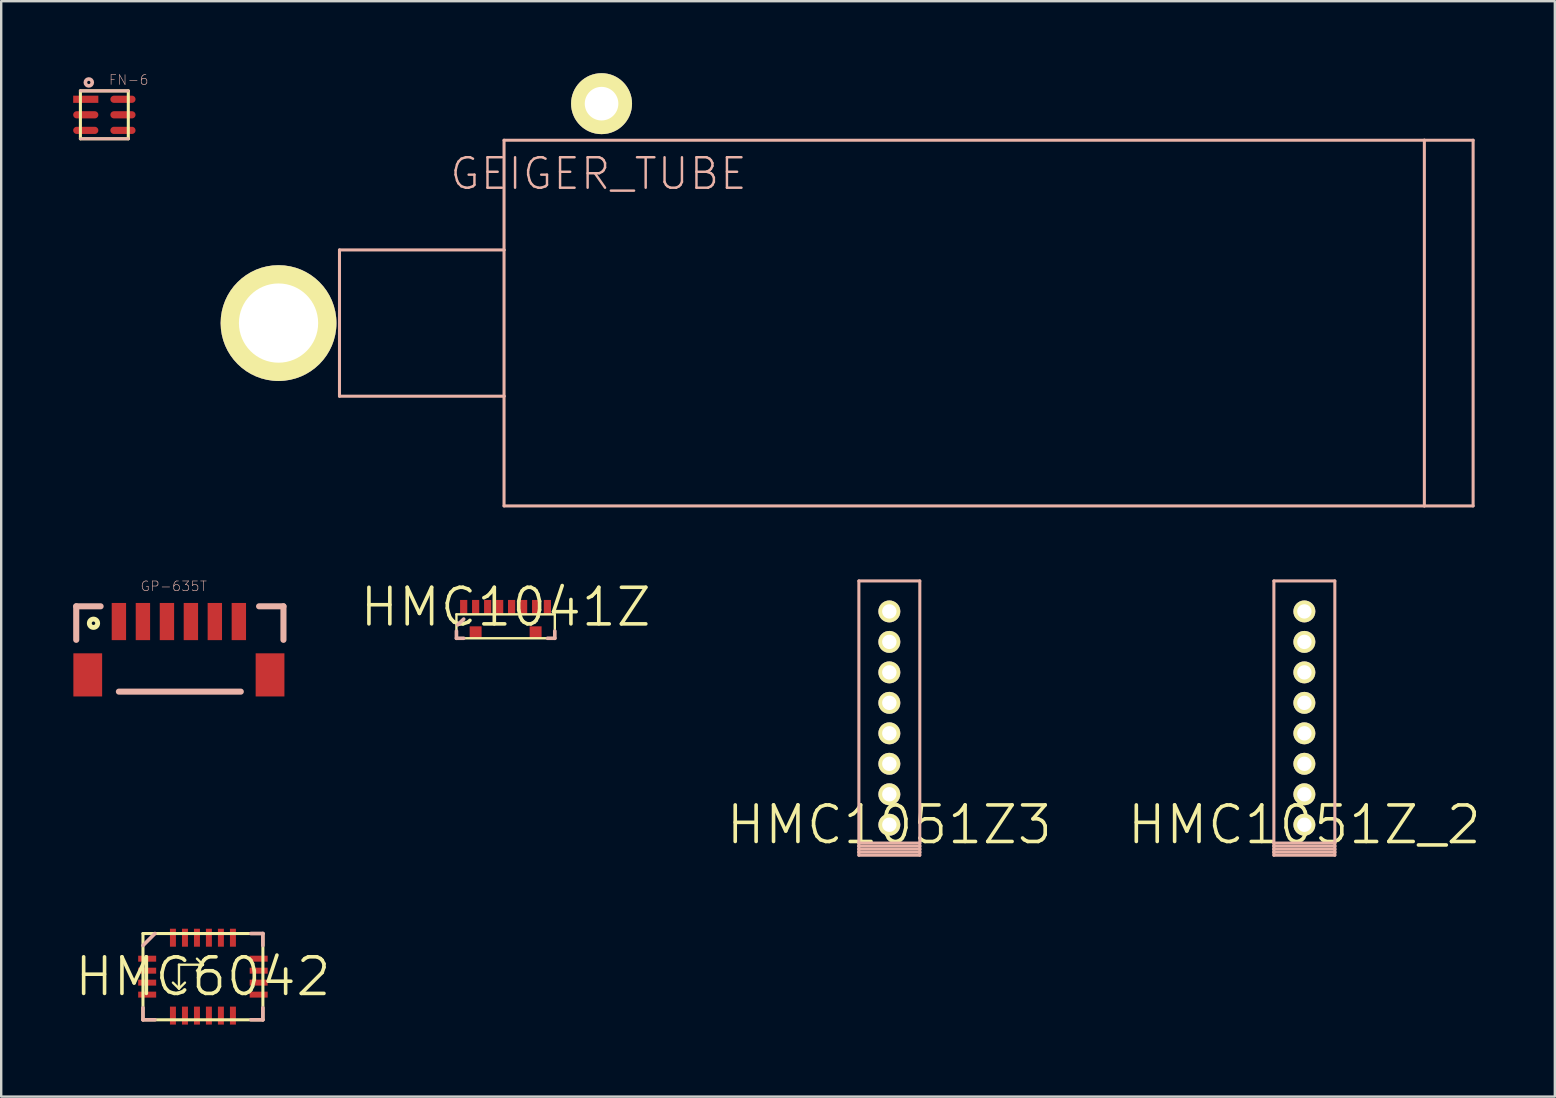
<source format=kicad_pcb>
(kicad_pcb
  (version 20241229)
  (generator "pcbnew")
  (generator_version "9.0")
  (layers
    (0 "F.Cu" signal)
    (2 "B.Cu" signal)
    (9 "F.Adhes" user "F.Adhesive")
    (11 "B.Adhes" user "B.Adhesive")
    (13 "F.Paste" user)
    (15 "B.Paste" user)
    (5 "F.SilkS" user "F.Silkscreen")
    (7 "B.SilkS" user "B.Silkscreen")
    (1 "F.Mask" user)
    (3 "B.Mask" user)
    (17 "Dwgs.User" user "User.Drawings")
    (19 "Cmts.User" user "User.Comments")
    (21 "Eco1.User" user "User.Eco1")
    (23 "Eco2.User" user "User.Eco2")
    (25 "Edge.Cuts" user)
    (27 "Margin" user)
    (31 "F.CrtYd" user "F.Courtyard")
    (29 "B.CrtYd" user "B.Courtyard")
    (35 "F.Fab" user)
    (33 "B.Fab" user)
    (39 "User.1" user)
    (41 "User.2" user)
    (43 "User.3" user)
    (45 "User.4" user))
  (footprint "FN-6"
    (layer "F.Cu")
    (at 1.299 1.735)
    (property "Reference" "FN-6" (at 1.016 -1.453 0) (layer "B.SilkS") (effects (font (size 0.406 0.406) (thickness 0.025))))
    (attr smd)
    (fp_line (start -0.998 -0.998) (end -0.998 0.998) (stroke (width 0.127) (type solid)) (layer "F.SilkS"))
    (fp_line (start -0.998 0.998) (end 0.998 0.998) (stroke (width 0.127) (type solid)) (layer "F.SilkS"))
    (fp_line (start 0.998 -0.998) (end -0.998 -0.998) (stroke (width 0.127) (type solid)) (layer "F.SilkS"))
    (fp_line (start 0.998 0.998) (end 0.998 -0.998) (stroke (width 0.127) (type solid)) (layer "F.SilkS"))
    (fp_line (start -0.998 -0.998) (end 0.998 -0.998) (stroke (width 0.127) (type solid)) (layer "B.SilkS"))
    (fp_line (start -0.998 0.998) (end 0.998 0.998) (stroke (width 0.127) (type solid)) (layer "B.SilkS"))
    (fp_circle (center -0.648 -1.349) (end -0.696 -1.397) (stroke (width 0.152) (type solid)) (fill no) (layer "B.SilkS"))
    (pad "1" smd rect (at -0.775 -0.648 180) (size 1.049 0.3) (layers "F.Cu" "F.Mask" "F.Paste"))
    (pad "2" smd oval (at -0.775 0) (size 1.049 0.3) (layers "F.Cu" "F.Mask" "F.Paste"))
    (pad "3" smd oval (at -0.775 0.648) (size 1.049 0.3) (layers "F.Cu" "F.Mask" "F.Paste"))
    (pad "4" smd oval (at 0.775 0.648) (size 1.049 0.3) (layers "F.Cu" "F.Mask" "F.Paste"))
    (pad "5" smd oval (at 0.775 0) (size 1.049 0.3) (layers "F.Cu" "F.Mask" "F.Paste"))
    (pad "6" smd oval (at 0.775 -0.648) (size 1.049 0.3) (layers "F.Cu" "F.Mask" "F.Paste")))
  (footprint "HMC1051Z_2"
    (layer "F.Cu")
    (at 51.309 31.321)
    (property "Reference" "HMC1051Z_2" (at 0 0 0) (layer "F.SilkS") (effects (font (size 1.524 1.524) (thickness 0.15))))
    (attr exclude_from_pos_files exclude_from_bom)
    (fp_line (start -1.27 -10.16) (end -1.27 0.762) (stroke (width 0.127) (type solid)) (layer "B.SilkS"))
    (fp_line (start -1.27 0.762) (end -1.27 0.889) (stroke (width 0.127) (type solid)) (layer "B.SilkS"))
    (fp_line (start -1.27 0.889) (end 1.27 0.889) (stroke (width 0.127) (type solid)) (layer "B.SilkS"))
    (fp_line (start -1.27 1.016) (end -1.27 0.889) (stroke (width 0.127) (type solid)) (layer "B.SilkS"))
    (fp_line (start -1.27 1.016) (end -1.27 1.143) (stroke (width 0.127) (type solid)) (layer "B.SilkS"))
    (fp_line (start -1.27 1.143) (end -1.27 1.27) (stroke (width 0.127) (type solid)) (layer "B.SilkS"))
    (fp_line (start -1.27 1.143) (end 1.27 1.143) (stroke (width 0.127) (type solid)) (layer "B.SilkS"))
    (fp_line (start -1.27 1.27) (end 1.27 1.27) (stroke (width 0.127) (type solid)) (layer "B.SilkS"))
    (fp_line (start 1.27 -10.16) (end -1.27 -10.16) (stroke (width 0.127) (type solid)) (layer "B.SilkS"))
    (fp_line (start 1.27 0.762) (end -1.27 0.762) (stroke (width 0.127) (type solid)) (layer "B.SilkS"))
    (fp_line (start 1.27 0.762) (end 1.27 -10.16) (stroke (width 0.127) (type solid)) (layer "B.SilkS"))
    (fp_line (start 1.27 0.889) (end 1.27 0.762) (stroke (width 0.127) (type solid)) (layer "B.SilkS"))
    (fp_line (start 1.27 1.016) (end -1.27 1.016) (stroke (width 0.127) (type solid)) (layer "B.SilkS"))
    (fp_line (start 1.27 1.016) (end 1.27 0.889) (stroke (width 0.127) (type solid)) (layer "B.SilkS"))
    (fp_line (start 1.27 1.143) (end 1.27 1.016) (stroke (width 0.127) (type solid)) (layer "B.SilkS"))
    (fp_line (start 1.27 1.27) (end 1.27 1.143) (stroke (width 0.127) (type solid)) (layer "B.SilkS"))
    (pad "1" thru_hole circle (at 0 0) (size 0.914 0.914) (drill 0.599) (layers "*.Cu" "F.Mask" "F.SilkS" "F.Paste"))
    (pad "2" thru_hole circle (at 0 -1.27) (size 0.914 0.914) (drill 0.599) (layers "*.Cu" "F.Mask" "F.SilkS" "F.Paste"))
    (pad "3" thru_hole circle (at 0 -2.54) (size 0.914 0.914) (drill 0.599) (layers "*.Cu" "F.Mask" "F.SilkS" "F.Paste"))
    (pad "4" thru_hole circle (at 0 -3.81) (size 0.914 0.914) (drill 0.599) (layers "*.Cu" "F.Mask" "F.SilkS" "F.Paste"))
    (pad "5" thru_hole circle (at 0 -5.08) (size 0.914 0.914) (drill 0.599) (layers "*.Cu" "F.Mask" "F.SilkS" "F.Paste"))
    (pad "6" thru_hole circle (at 0 -6.35) (size 0.914 0.914) (drill 0.599) (layers "*.Cu" "F.Mask" "F.SilkS" "F.Paste"))
    (pad "7" thru_hole circle (at 0 -7.62) (size 0.914 0.914) (drill 0.599) (layers "*.Cu" "F.Mask" "F.SilkS" "F.Paste"))
    (pad "8" thru_hole circle (at 0 -8.89) (size 0.914 0.914) (drill 0.599) (layers "*.Cu" "F.Mask" "F.SilkS" "F.Paste")))
  (footprint "HMC1051Z3"
    (layer "F.Cu")
    (at 34.013 31.321)
    (property "Reference" "HMC1051Z3" (at 0 0 0) (layer "F.SilkS") (effects (font (size 1.524 1.524) (thickness 0.15))))
    (attr exclude_from_pos_files exclude_from_bom)
    (fp_line (start -1.27 -10.16) (end -1.27 0.762) (stroke (width 0.127) (type solid)) (layer "B.SilkS"))
    (fp_line (start -1.27 0.762) (end -1.27 0.889) (stroke (width 0.127) (type solid)) (layer "B.SilkS"))
    (fp_line (start -1.27 0.889) (end 1.27 0.889) (stroke (width 0.127) (type solid)) (layer "B.SilkS"))
    (fp_line (start -1.27 1.016) (end -1.27 0.889) (stroke (width 0.127) (type solid)) (layer "B.SilkS"))
    (fp_line (start -1.27 1.016) (end -1.27 1.143) (stroke (width 0.127) (type solid)) (layer "B.SilkS"))
    (fp_line (start -1.27 1.143) (end -1.27 1.27) (stroke (width 0.127) (type solid)) (layer "B.SilkS"))
    (fp_line (start -1.27 1.143) (end 1.27 1.143) (stroke (width 0.127) (type solid)) (layer "B.SilkS"))
    (fp_line (start -1.27 1.27) (end 1.27 1.27) (stroke (width 0.127) (type solid)) (layer "B.SilkS"))
    (fp_line (start 1.27 -10.16) (end -1.27 -10.16) (stroke (width 0.127) (type solid)) (layer "B.SilkS"))
    (fp_line (start 1.27 0.762) (end -1.27 0.762) (stroke (width 0.127) (type solid)) (layer "B.SilkS"))
    (fp_line (start 1.27 0.762) (end 1.27 -10.16) (stroke (width 0.127) (type solid)) (layer "B.SilkS"))
    (fp_line (start 1.27 0.889) (end 1.27 0.762) (stroke (width 0.127) (type solid)) (layer "B.SilkS"))
    (fp_line (start 1.27 1.016) (end -1.27 1.016) (stroke (width 0.127) (type solid)) (layer "B.SilkS"))
    (fp_line (start 1.27 1.016) (end 1.27 0.889) (stroke (width 0.127) (type solid)) (layer "B.SilkS"))
    (fp_line (start 1.27 1.143) (end 1.27 1.016) (stroke (width 0.127) (type solid)) (layer "B.SilkS"))
    (fp_line (start 1.27 1.27) (end 1.27 1.143) (stroke (width 0.127) (type solid)) (layer "B.SilkS"))
    (pad "1" thru_hole circle (at 0 0) (size 0.914 0.914) (drill 0.599) (layers "*.Cu" "F.Mask" "F.SilkS" "F.Paste"))
    (pad "2" thru_hole circle (at 0 -1.27) (size 0.914 0.914) (drill 0.599) (layers "*.Cu" "F.Mask" "F.SilkS" "F.Paste"))
    (pad "3" thru_hole circle (at 0 -2.54) (size 0.914 0.914) (drill 0.599) (layers "*.Cu" "F.Mask" "F.SilkS" "F.Paste"))
    (pad "4" thru_hole circle (at 0 -3.81) (size 0.914 0.914) (drill 0.599) (layers "*.Cu" "F.Mask" "F.SilkS" "F.Paste"))
    (pad "5" thru_hole circle (at 0 -5.08) (size 0.914 0.914) (drill 0.599) (layers "*.Cu" "F.Mask" "F.SilkS" "F.Paste"))
    (pad "6" thru_hole circle (at 0 -6.35) (size 0.914 0.914) (drill 0.599) (layers "*.Cu" "F.Mask" "F.SilkS" "F.Paste"))
    (pad "7" thru_hole circle (at 0 -7.62) (size 0.914 0.914) (drill 0.599) (layers "*.Cu" "F.Mask" "F.SilkS" "F.Paste"))
    (pad "8" thru_hole circle (at 0 -8.89) (size 0.914 0.914) (drill 0.599) (layers "*.Cu" "F.Mask" "F.SilkS" "F.Paste")))
  (footprint "HMC1041Z"
    (layer "F.Cu")
    (at 18.022 22.252)
    (property "Reference" "HMC1041Z" (at 0 0 0) (layer "F.SilkS") (effects (font (size 1.524 1.524) (thickness 0.15))))
    (attr smd)
    (fp_line (start -2.05 0.3) (end 2.05 0.3) (stroke (width 0.099) (type solid)) (layer "F.SilkS"))
    (fp_line (start -2.05 1.298) (end -2.05 0.3) (stroke (width 0.099) (type solid)) (layer "F.SilkS"))
    (fp_line (start 2.05 0.3) (end 2.05 1.298) (stroke (width 0.099) (type solid)) (layer "F.SilkS"))
    (fp_line (start 2.05 1.298) (end -2.05 1.298) (stroke (width 0.099) (type solid)) (layer "F.SilkS"))
    (fp_line (start -2.05 1.298) (end -2.05 0.998) (stroke (width 0.152) (type solid)) (layer "B.SilkS"))
    (fp_line (start -2.05 1.298) (end -1.748 1.298) (stroke (width 0.152) (type solid)) (layer "B.SilkS"))
    (fp_line (start -1.748 0.498) (end -1.999 0.739) (stroke (width 0.152) (type solid)) (layer "B.SilkS"))
    (fp_line (start 1.748 1.298) (end 2.05 1.298) (stroke (width 0.152) (type solid)) (layer "B.SilkS"))
    (fp_line (start 2.05 1.298) (end 2.05 0.998) (stroke (width 0.152) (type solid)) (layer "B.SilkS"))
    (pad "1" smd rect (at -1.748 0) (size 0.3 0.599) (layers "F.Cu" "F.Mask" "F.Paste"))
    (pad "2" smd rect (at -1.25 0 180) (size 0.3 0.599) (layers "F.Cu" "F.Mask" "F.Paste"))
    (pad "3" smd rect (at -0.749 0 180) (size 0.3 0.599) (layers "F.Cu" "F.Mask" "F.Paste"))
    (pad "4" smd rect (at -0.249 0 180) (size 0.3 0.599) (layers "F.Cu" "F.Mask" "F.Paste"))
    (pad "5" smd rect (at 0.249 0 180) (size 0.3 0.599) (layers "F.Cu" "F.Mask" "F.Paste"))
    (pad "6" smd rect (at 0.749 0 180) (size 0.3 0.599) (layers "F.Cu" "F.Mask" "F.Paste"))
    (pad "7" smd rect (at 1.25 0 180) (size 0.3 0.599) (layers "F.Cu" "F.Mask" "F.Paste"))
    (pad "8" smd rect (at 1.74 0) (size 0.3 0.599) (layers "F.Cu" "F.Mask" "F.Paste"))
    (pad "9" smd rect (at -1.25 1.049 90) (size 0.498 0.498) (layers "F.Cu" "F.Mask" "F.Paste"))
    (pad "10" smd rect (at 1.25 1.049 90) (size 0.498 0.498) (layers "F.Cu" "F.Mask" "F.Paste")))
  (footprint "GEIGER_TUBE"
    (layer "F.Cu")
    (at 8.558 10.414)
    (property "Reference" "GEIGER_TUBE" (at 13.335 -6.223 0) (layer "B.SilkS") (effects (font (size 1.27 1.27) (thickness 0.102))))
    (attr exclude_from_pos_files exclude_from_bom)
    (fp_line (start 2.54 -3.048) (end 2.54 3.048) (stroke (width 0.127) (type solid)) (layer "B.SilkS"))
    (fp_line (start 2.54 3.048) (end 9.398 3.048) (stroke (width 0.127) (type solid)) (layer "B.SilkS"))
    (fp_line (start 9.398 -7.62) (end 9.398 -3.048) (stroke (width 0.127) (type solid)) (layer "B.SilkS"))
    (fp_line (start 9.398 -3.048) (end 2.54 -3.048) (stroke (width 0.127) (type solid)) (layer "B.SilkS"))
    (fp_line (start 9.398 -3.048) (end 9.398 3.048) (stroke (width 0.127) (type solid)) (layer "B.SilkS"))
    (fp_line (start 9.398 3.048) (end 9.398 7.62) (stroke (width 0.127) (type solid)) (layer "B.SilkS"))
    (fp_line (start 9.398 7.62) (end 47.752 7.62) (stroke (width 0.127) (type solid)) (layer "B.SilkS"))
    (fp_line (start 47.752 -7.62) (end 9.398 -7.62) (stroke (width 0.127) (type solid)) (layer "B.SilkS"))
    (fp_line (start 47.752 -7.62) (end 47.752 7.62) (stroke (width 0.127) (type solid)) (layer "B.SilkS"))
    (fp_line (start 47.752 7.62) (end 49.784 7.62) (stroke (width 0.127) (type solid)) (layer "B.SilkS"))
    (fp_line (start 49.784 -7.62) (end 47.752 -7.62) (stroke (width 0.127) (type solid)) (layer "B.SilkS"))
    (fp_line (start 49.784 7.62) (end 49.784 -7.62) (stroke (width 0.127) (type solid)) (layer "B.SilkS"))
    (pad "A" thru_hole circle (at 0 0) (size 4.826 4.826) (drill 3.302) (layers "*.Cu" "F.Mask" "F.SilkS" "F.Paste"))
    (pad "C" thru_hole circle (at 13.462 -9.144) (size 2.54 2.54) (drill 1.4) (layers "*.Cu" "F.Mask" "F.SilkS" "F.Paste")))
  (footprint "HMC6042"
    (layer "F.Cu")
    (at 5.407 37.652)
    (property "Reference" "HMC6042" (at 0 0 0) (layer "F.SilkS") (effects (font (size 1.524 1.524) (thickness 0.15))))
    (attr smd)
    (fp_line (start -2.499 -1.798) (end 2.499 -1.798) (stroke (width 0.127) (type solid)) (layer "F.SilkS"))
    (fp_line (start -2.499 1.798) (end -2.499 -1.798) (stroke (width 0.127) (type solid)) (layer "F.SilkS"))
    (fp_line (start -0.998 -0.498) (end -0.998 0.498) (stroke (width 0.099) (type solid)) (layer "F.SilkS"))
    (fp_line (start -0.998 -0.498) (end 0 -0.498) (stroke (width 0.099) (type solid)) (layer "F.SilkS"))
    (fp_line (start -0.998 0.498) (end -1.25 0.249) (stroke (width 0.099) (type solid)) (layer "F.SilkS"))
    (fp_line (start -0.998 0.498) (end -0.749 0.249) (stroke (width 0.099) (type solid)) (layer "F.SilkS"))
    (fp_line (start 0 -0.498) (end -0.249 -0.749) (stroke (width 0.099) (type solid)) (layer "F.SilkS"))
    (fp_line (start 0 -0.498) (end -0.249 -0.249) (stroke (width 0.099) (type solid)) (layer "F.SilkS"))
    (fp_line (start 2.499 -1.798) (end 2.499 1.798) (stroke (width 0.127) (type solid)) (layer "F.SilkS"))
    (fp_line (start 2.499 1.798) (end -2.499 1.798) (stroke (width 0.127) (type solid)) (layer "F.SilkS"))
    (fp_line (start -2.499 1.798) (end -2.499 1.298) (stroke (width 0.152) (type solid)) (layer "B.SilkS"))
    (fp_line (start -2.499 1.798) (end -1.999 1.798) (stroke (width 0.152) (type solid)) (layer "B.SilkS"))
    (fp_line (start -1.999 -1.798) (end -2.499 -1.298) (stroke (width 0.152) (type solid)) (layer "B.SilkS"))
    (fp_line (start 1.999 1.798) (end 2.499 1.798) (stroke (width 0.152) (type solid)) (layer "B.SilkS"))
    (fp_line (start 2.499 -1.798) (end 1.999 -1.798) (stroke (width 0.152) (type solid)) (layer "B.SilkS"))
    (fp_line (start 2.499 -1.798) (end 2.499 -1.298) (stroke (width 0.152) (type solid)) (layer "B.SilkS"))
    (fp_line (start 2.499 1.798) (end 2.499 1.298) (stroke (width 0.152) (type solid)) (layer "B.SilkS"))
    (pad "1" smd rect (at -2.324 -0.749 90) (size 0.249 0.749) (layers "F.Cu" "F.Mask" "F.Paste"))
    (pad "2" smd rect (at -2.324 -0.249 90) (size 0.249 0.749) (layers "F.Cu" "F.Mask" "F.Paste"))
    (pad "3" smd rect (at -2.324 0.249 90) (size 0.249 0.749) (layers "F.Cu" "F.Mask" "F.Paste"))
    (pad "4" smd rect (at -2.324 0.749 90) (size 0.249 0.749) (layers "F.Cu" "F.Mask" "F.Paste"))
    (pad "5" smd rect (at -1.25 1.623) (size 0.249 0.749) (layers "F.Cu" "F.Mask" "F.Paste"))
    (pad "6" smd rect (at -0.749 1.623) (size 0.249 0.749) (layers "F.Cu" "F.Mask" "F.Paste"))
    (pad "7" smd rect (at -0.249 1.623) (size 0.249 0.749) (layers "F.Cu" "F.Mask" "F.Paste"))
    (pad "8" smd rect (at 0.249 1.623) (size 0.249 0.749) (layers "F.Cu" "F.Mask" "F.Paste"))
    (pad "9" smd rect (at 0.749 1.623) (size 0.249 0.749) (layers "F.Cu" "F.Mask" "F.Paste"))
    (pad "10" smd rect (at 1.25 1.623) (size 0.249 0.749) (layers "F.Cu" "F.Mask" "F.Paste"))
    (pad "11" smd rect (at 2.324 0.749 270) (size 0.249 0.749) (layers "F.Cu" "F.Mask" "F.Paste"))
    (pad "12" smd rect (at 2.324 0.249 270) (size 0.249 0.749) (layers "F.Cu" "F.Mask" "F.Paste"))
    (pad "13" smd rect (at 2.324 -0.249 270) (size 0.249 0.749) (layers "F.Cu" "F.Mask" "F.Paste"))
    (pad "14" smd rect (at 2.324 -0.749 270) (size 0.249 0.749) (layers "F.Cu" "F.Mask" "F.Paste"))
    (pad "15" smd rect (at 1.25 -1.623 180) (size 0.249 0.749) (layers "F.Cu" "F.Mask" "F.Paste"))
    (pad "16" smd rect (at 0.749 -1.623 180) (size 0.249 0.749) (layers "F.Cu" "F.Mask" "F.Paste"))
    (pad "17" smd rect (at 0.249 -1.623 180) (size 0.249 0.749) (layers "F.Cu" "F.Mask" "F.Paste"))
    (pad "18" smd rect (at -0.249 -1.623 180) (size 0.249 0.749) (layers "F.Cu" "F.Mask" "F.Paste"))
    (pad "19" smd rect (at -0.749 -1.623 180) (size 0.249 0.749) (layers "F.Cu" "F.Mask" "F.Paste"))
    (pad "20" smd rect (at -1.25 -1.623 180) (size 0.249 0.749) (layers "F.Cu" "F.Mask" "F.Paste")))
  (footprint "GP-635T"
    (layer "F.Cu")
    (at 4.445 24.123)
    (property "Reference" "GP-635T" (at -0.254 -2.743 0) (layer "B.SilkS") (effects (font (size 0.406 0.406) (thickness 0.025))))
    (attr smd)
    (fp_circle (center -3.599 -1.199) (end -3.65 -1.25) (stroke (width 0.203) (type solid)) (fill no) (layer "F.SilkS"))
    (fp_line (start -4.318 -1.905) (end -3.302 -1.905) (stroke (width 0.254) (type solid)) (layer "B.SilkS"))
    (fp_line (start -4.318 -0.508) (end -4.318 -1.905) (stroke (width 0.254) (type solid)) (layer "B.SilkS"))
    (fp_line (start -2.54 1.651) (end 2.54 1.651) (stroke (width 0.254) (type solid)) (layer "B.SilkS"))
    (fp_line (start 3.302 -1.905) (end 4.318 -1.905) (stroke (width 0.254) (type solid)) (layer "B.SilkS"))
    (fp_line (start 4.318 -1.905) (end 4.318 -0.508) (stroke (width 0.254) (type solid)) (layer "B.SilkS"))
    (pad "1" smd rect (at -2.54 -1.27) (size 0.599 1.549) (layers "F.Cu" "F.Mask" "F.Paste"))
    (pad "2" smd rect (at -1.539 -1.27) (size 0.599 1.549) (layers "F.Cu" "F.Mask" "F.Paste"))
    (pad "3" smd rect (at -0.538 -1.27) (size 0.599 1.549) (layers "F.Cu" "F.Mask" "F.Paste"))
    (pad "4" smd rect (at 0.46 -1.27) (size 0.599 1.549) (layers "F.Cu" "F.Mask" "F.Paste"))
    (pad "5" smd rect (at 1.458 -1.27) (size 0.599 1.549) (layers "F.Cu" "F.Mask" "F.Paste"))
    (pad "6" smd rect (at 2.459 -1.27) (size 0.599 1.549) (layers "F.Cu" "F.Mask" "F.Paste"))
    (pad "P$1" smd rect (at -3.838 0.953) (size 1.199 1.798) (layers "F.Cu" "F.Mask" "F.Paste"))
    (pad "P$2" smd rect (at 3.759 0.953) (size 1.199 1.798) (layers "F.Cu" "F.Mask" "F.Paste")))
  (gr_rect
    (start -3 -3)
    (end 61.748 42.65)
    (stroke (width 0.1) (type default))
    (fill no)
    (layer "Edge.Cuts")))
</source>
